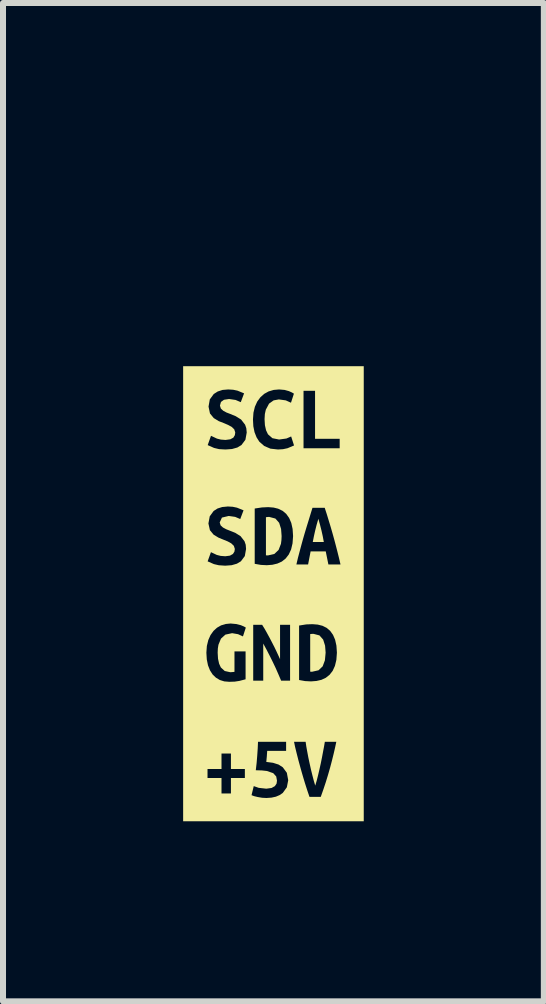
<source format=kicad_pcb>
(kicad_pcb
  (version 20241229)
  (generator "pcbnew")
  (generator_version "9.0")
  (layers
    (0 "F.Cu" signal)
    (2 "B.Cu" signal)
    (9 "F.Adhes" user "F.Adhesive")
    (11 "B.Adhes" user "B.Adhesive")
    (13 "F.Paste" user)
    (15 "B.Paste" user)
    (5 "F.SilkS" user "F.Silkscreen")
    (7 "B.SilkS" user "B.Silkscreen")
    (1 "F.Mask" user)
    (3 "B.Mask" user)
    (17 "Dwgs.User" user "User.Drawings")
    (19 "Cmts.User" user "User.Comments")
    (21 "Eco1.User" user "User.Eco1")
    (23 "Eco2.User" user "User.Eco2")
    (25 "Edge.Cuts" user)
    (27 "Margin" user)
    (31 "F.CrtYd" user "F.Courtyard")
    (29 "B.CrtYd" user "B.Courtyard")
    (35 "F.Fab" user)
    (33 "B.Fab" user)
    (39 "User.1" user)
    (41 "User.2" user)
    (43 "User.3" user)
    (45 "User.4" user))
  (footprint "kibuzzard-6640BF4C"
    (layer "F.Cu")
    (at 1.504 6.838)
    (property "Reference" "kibuzzard-6640BF4C" (at 0 -6.837 0) (layer "F.SilkS") (effects (font (size 0.001 0.001) (thickness 0.15))))
    (attr board_only exclude_from_pos_files exclude_from_bom)
    (fp_poly (pts (xy 0.748 -1.248) (xy 0.719 -1.147) (xy 0.695 -1.052) (xy 0.674 -0.958) (xy 0.655 -0.861) (xy 0.839 -0.861) (xy 0.821 -0.958) (xy 0.8 -1.052) (xy 0.776 -1.147) (xy 0.748 -1.248)) (stroke (width 0) (type solid)) (fill yes) (layer "F.SilkS"))
    (fp_poly (pts (xy 0.612 1.298) (xy 0.628 1.299) (xy 0.645 1.299) (xy 0.751 1.275) (xy 0.82 1.209) (xy 0.857 1.109) (xy 0.869 0.982) (xy 0.86 0.865) (xy 0.828 0.764) (xy 0.766 0.694) (xy 0.666 0.668) (xy 0.639 0.669) (xy 0.612 0.672) (xy 0.612 1.298)) (stroke (width 0) (type solid)) (fill yes) (layer "F.SilkS"))
    (fp_poly (pts (xy -0.125 -0.64) (xy -0.108 -0.638) (xy -0.091 -0.638) (xy 0.016 -0.663) (xy 0.086 -0.73) (xy 0.125 -0.831) (xy 0.133 -0.893) (xy 0.136 -0.96) (xy 0.127 -1.079) (xy 0.095 -1.181) (xy 0.032 -1.252) (xy -0.07 -1.279) (xy -0.097 -1.278) (xy -0.125 -1.274) (xy -0.125 -0.64)) (stroke (width 0) (type solid)) (fill yes) (layer "F.SilkS"))
    (fp_poly (pts (xy -1.117 -3.789) (xy -1.504 -3.789) (xy -1.504 3.789) (xy -1.117 3.789) (xy -0.708 3.789) (xy -0.708 3.326) (xy -0.865 3.326) (xy -0.865 3.069) (xy -1.098 3.069) (xy -1.098 2.919) (xy -0.865 2.919) (xy -0.865 2.661) (xy -0.736 2.661) (xy -0.736 1.467) (xy -0.819 1.46) (xy -0.893 1.437) (xy -0.958 1.398) (xy -1.013 1.345) (xy -1.057 1.276) (xy -1.09 1.193) (xy -1.11 1.095) (xy -1.117 0.982) (xy -1.109 0.87) (xy -1.085 0.772) (xy -1.048 0.689) (xy -0.999 0.62) (xy -0.94 0.566) (xy -0.872 0.527) (xy -0.803 0.507) (xy -0.803 -0.467) (xy -0.909 -0.474) (xy -0.991 -0.493) (xy -1.096 -0.539) (xy -1.041 -0.692) (xy -0.943 -0.646) (xy -0.879 -0.63) (xy -0.803 -0.624) (xy -0.725 -0.634) (xy -0.675 -0.662) (xy -0.65 -0.701) (xy -0.643 -0.746) (xy -0.66 -0.798) (xy -0.703 -0.839) (xy -0.761 -0.871) (xy -0.825 -0.897) (xy -0.913 -0.933) (xy -0.996 -0.983) (xy -1.058 -1.058) (xy -1.083 -1.17) (xy -1.061 -1.289) (xy -0.996 -1.378) (xy -0.932 -1.419) (xy -0.853 -1.444) (xy -0.798 -1.449) (xy -0.798 -2.402) (xy -0.905 -2.408) (xy -0.989 -2.428) (xy -1.095 -2.475) (xy -1.04 -2.63) (xy -0.94 -2.583) (xy -0.875 -2.567) (xy -0.798 -2.561) (xy -0.718 -2.572) (xy -0.668 -2.599) (xy -0.643 -2.64) (xy -0.636 -2.685) (xy -0.653 -2.738) (xy -0.696 -2.779) (xy -0.755 -2.811) (xy -0.82 -2.839) (xy -0.91 -2.874) (xy -0.994 -2.925) (xy -1.057 -3.002) (xy -1.081 -3.116) (xy -1.06 -3.236) (xy -0.994 -3.326) (xy -0.928 -3.368) (xy -0.848 -3.394) (xy -0.753 -3.402) (xy -0.671 -3.397) (xy -0.599 -3.382) (xy -0.489 -3.337) (xy -0.544 -3.19) (xy -0.63 -3.227) (xy -0.739 -3.243) (xy -0.824 -3.23) (xy -0.874 -3.194) (xy -0.891 -3.133) (xy -0.876 -3.084) (xy -0.836 -3.047) (xy -0.782 -3.018) (xy -0.722 -2.995) (xy -0.629 -2.957) (xy -0.539 -2.901) (xy -0.472 -2.815) (xy -0.452 -2.756) (xy -0.445 -2.684) (xy -0.467 -2.564) (xy -0.533 -2.476) (xy -0.601 -2.435) (xy -0.69 -2.41) (xy -0.798 -2.402) (xy -0.798 -1.449) (xy -0.759 -1.453) (xy -0.678 -1.448) (xy -0.607 -1.433) (xy -0.498 -1.389) (xy -0.553 -1.244) (xy -0.638 -1.28) (xy -0.745 -1.295) (xy -0.858 -1.268) (xy -0.895 -1.187) (xy -0.88 -1.139) (xy -0.841 -1.103) (xy -0.787 -1.074) (xy -0.729 -1.051) (xy -0.636 -1.014) (xy -0.548 -0.959) (xy -0.482 -0.874) (xy -0.462 -0.816) (xy -0.456 -0.745) (xy -0.477 -0.627) (xy -0.542 -0.54) (xy -0.609 -0.5) (xy -0.696 -0.475) (xy -0.803 -0.467) (xy -0.803 0.507) (xy -0.795 0.504) (xy -0.714 0.496) (xy -0.617 0.505) (xy -0.543 0.524) (xy -0.491 0.546) (xy -0.46 0.564) (xy -0.508 0.711) (xy -0.589 0.674) (xy -0.688 0.657) (xy -0.8 0.681) (xy -0.874 0.748) (xy -0.916 0.85) (xy -0.926 0.913) (xy -0.929 0.982) (xy -0.923 1.083) (xy -0.905 1.165) (xy -0.876 1.228) (xy -0.811 1.287) (xy -0.721 1.307) (xy -0.685 1.305) (xy -0.649 1.301) (xy -0.649 0.961) (xy -0.464 0.961) (xy -0.464 1.425) (xy -0.567 1.452) (xy -0.645 1.464) (xy -0.736 1.467) (xy -0.736 2.661) (xy -0.708 2.661) (xy -0.708 2.919) (xy -0.476 2.919) (xy -0.476 3.069) (xy -0.708 3.069) (xy -0.708 3.326) (xy -0.708 3.789) (xy -0.117 3.789) (xy -0.117 3.402) (xy -0.19 3.398) (xy -0.261 3.386) (xy -0.323 3.371) (xy -0.365 3.355) (xy -0.328 3.204) (xy -0.245 3.233) (xy -0.119 3.247) (xy -0.031 3.235) (xy 0.024 3.204) (xy 0.052 3.162) (xy 0.059 3.113) (xy 0.046 3.043) (xy -0.004 2.988) (xy -0.111 2.952) (xy -0.192 2.943) (xy -0.294 2.94) (xy -0.28 2.817) (xy -0.27 2.696) (xy -0.262 2.579) (xy -0.257 2.466) (xy 0.128 2.466) (xy 0.128 1.448) (xy 0.084 1.345) (xy 0.039 1.242) (xy -0.01 1.139) (xy -0.061 1.036) (xy -0.114 0.933) (xy -0.17 0.83) (xy -0.17 1.448) (xy -0.337 1.448) (xy -0.337 0.518) (xy -0.188 0.518) (xy -0.146 0.586) (xy -0.111 0.648) (xy -0.111 -0.475) (xy -0.209 -0.48) (xy -0.312 -0.498) (xy -0.312 -1.419) (xy -0.192 -1.437) (xy -0.087 -1.442) (xy 0.002 -1.435) (xy 0.075 -1.417) (xy 0.075 -2.402) (xy -0.05 -2.416) (xy -0.153 -2.46) (xy -0.235 -2.532) (xy -0.281 -2.604) (xy -0.315 -2.69) (xy -0.335 -2.789) (xy -0.341 -2.902) (xy -0.333 -3.015) (xy -0.309 -3.114) (xy -0.27 -3.2) (xy -0.218 -3.271) (xy -0.155 -3.328) (xy -0.081 -3.369) (xy 0.003 -3.394) (xy 0.094 -3.402) (xy 0.186 -3.394) (xy 0.258 -3.374) (xy 0.309 -3.351) (xy 0.341 -3.332) (xy 0.292 -3.181) (xy 0.206 -3.22) (xy 0.09 -3.236) (xy 0.003 -3.22) (xy -0.073 -3.166) (xy -0.127 -3.065) (xy -0.143 -2.993) (xy -0.148 -2.907) (xy -0.142 -2.806) (xy -0.123 -2.722) (xy -0.091 -2.655) (xy -0.017 -2.59) (xy 0.094 -2.568) (xy 0.217 -2.585) (xy 0.295 -2.619) (xy 0.343 -2.469) (xy 0.234 -2.423) (xy 0.159 -2.407) (xy 0.075 -2.402) (xy 0.075 -1.417) (xy 0.083 -1.414) (xy 0.155 -1.379) (xy 0.214 -1.328) (xy 0.261 -1.262) (xy 0.297 -1.179) (xy 0.319 -1.079) (xy 0.327 -0.96) (xy 0.318 -0.839) (xy 0.294 -0.737) (xy 0.255 -0.653) (xy 0.203 -0.586) (xy 0.14 -0.536) (xy 0.065 -0.502) (xy -0.019 -0.482) (xy -0.111 -0.475) (xy -0.111 0.648) (xy -0.104 0.661) (xy -0.062 0.738) (xy -0.022 0.815) (xy 0.017 0.891) (xy 0.052 0.964) (xy 0.083 1.031) (xy 0.11 1.09) (xy 0.11 0.518) (xy 0.277 0.518) (xy 0.277 1.448) (xy 0.128 1.448) (xy 0.128 2.466) (xy 0.211 2.466) (xy 0.211 2.617) (xy -0.104 2.617) (xy -0.111 2.716) (xy -0.119 2.801) (xy -0.007 2.816) (xy 0.085 2.845) (xy 0.155 2.89) (xy 0.223 2.982) (xy 0.246 3.106) (xy 0.223 3.224) (xy 0.155 3.318) (xy 0.104 3.353) (xy 0.041 3.38) (xy -0.033 3.396) (xy -0.117 3.402) (xy -0.117 3.789) (xy 0.6 3.789) (xy 0.6 3.383) (xy 0.563 3.274) (xy 0.524 3.152) (xy 0.498 3.066) (xy 0.473 2.98) (xy 0.449 2.895) (xy 0.415 2.77) (xy 0.385 2.652) (xy 0.36 2.549) (xy 0.343 2.466) (xy 0.536 2.466) (xy 0.547 2.543) (xy 0.563 2.631) (xy 0.581 2.727) (xy 0.602 2.825) (xy 0.624 2.924) (xy 0.625 2.929) (xy 0.625 1.46) (xy 0.528 1.455) (xy 0.427 1.437) (xy 0.427 0.53) (xy 0.546 0.511) (xy 0.649 0.507) (xy 0.737 0.514) (xy 0.817 0.534) (xy 0.887 0.569) (xy 0.915 0.593) (xy 0.915 -0.487) (xy 0.871 -0.705) (xy 0.619 -0.705) (xy 0.577 -0.487) (xy 0.382 -0.487) (xy 0.408 -0.597) (xy 0.436 -0.703) (xy 0.463 -0.804) (xy 0.49 -0.902) (xy 0.517 -0.996) (xy 0.551 -1.109) (xy 0.585 -1.219) (xy 0.618 -1.327) (xy 0.65 -1.431) (xy 0.854 -1.431) (xy 0.888 -1.326) (xy 0.921 -1.218) (xy 0.955 -1.106) (xy 0.988 -0.991) (xy 1.014 -0.897) (xy 1.04 -0.799) (xy 1.066 -0.698) (xy 1.092 -0.594) (xy 1.103 -0.546) (xy 1.103 -2.422) (xy 0.501 -2.422) (xy 0.501 -3.38) (xy 0.693 -3.38) (xy 0.693 -2.58) (xy 1.103 -2.58) (xy 1.103 -2.422) (xy 1.103 -0.546) (xy 1.117 -0.487) (xy 0.915 -0.487) (xy 0.915 0.593) (xy 0.945 0.619) (xy 0.992 0.685) (xy 1.027 0.766) (xy 1.049 0.865) (xy 1.057 0.982) (xy 1.048 1.102) (xy 1.024 1.202) (xy 0.986 1.285) (xy 0.935 1.35) (xy 0.872 1.4) (xy 0.799 1.434) (xy 0.716 1.453) (xy 0.625 1.46) (xy 0.625 2.929) (xy 0.648 3.022) (xy 0.672 3.114) (xy 0.696 3.196) (xy 0.72 3.115) (xy 0.743 3.024) (xy 0.766 2.926) (xy 0.788 2.827) (xy 0.808 2.728) (xy 0.826 2.632) (xy 0.843 2.543) (xy 0.856 2.466) (xy 1.047 2.466) (xy 1.027 2.56) (xy 1.003 2.664) (xy 0.975 2.777) (xy 0.944 2.895) (xy 0.909 3.017) (xy 0.871 3.141) (xy 0.83 3.264) (xy 0.788 3.383) (xy 0.6 3.383) (xy 0.6 3.789) (xy 1.117 3.789) (xy 1.504 3.789) (xy 1.504 -3.789) (xy 1.117 -3.789) (xy -1.117 -3.789)) (stroke (width 0) (type solid)) (fill yes) (layer "F.SilkS")))
  (gr_rect
    (start -3 -3)
    (end 6.007 13.627)
    (stroke (width 0.1) (type default))
    (fill no)
    (layer "Edge.Cuts")))
</source>
